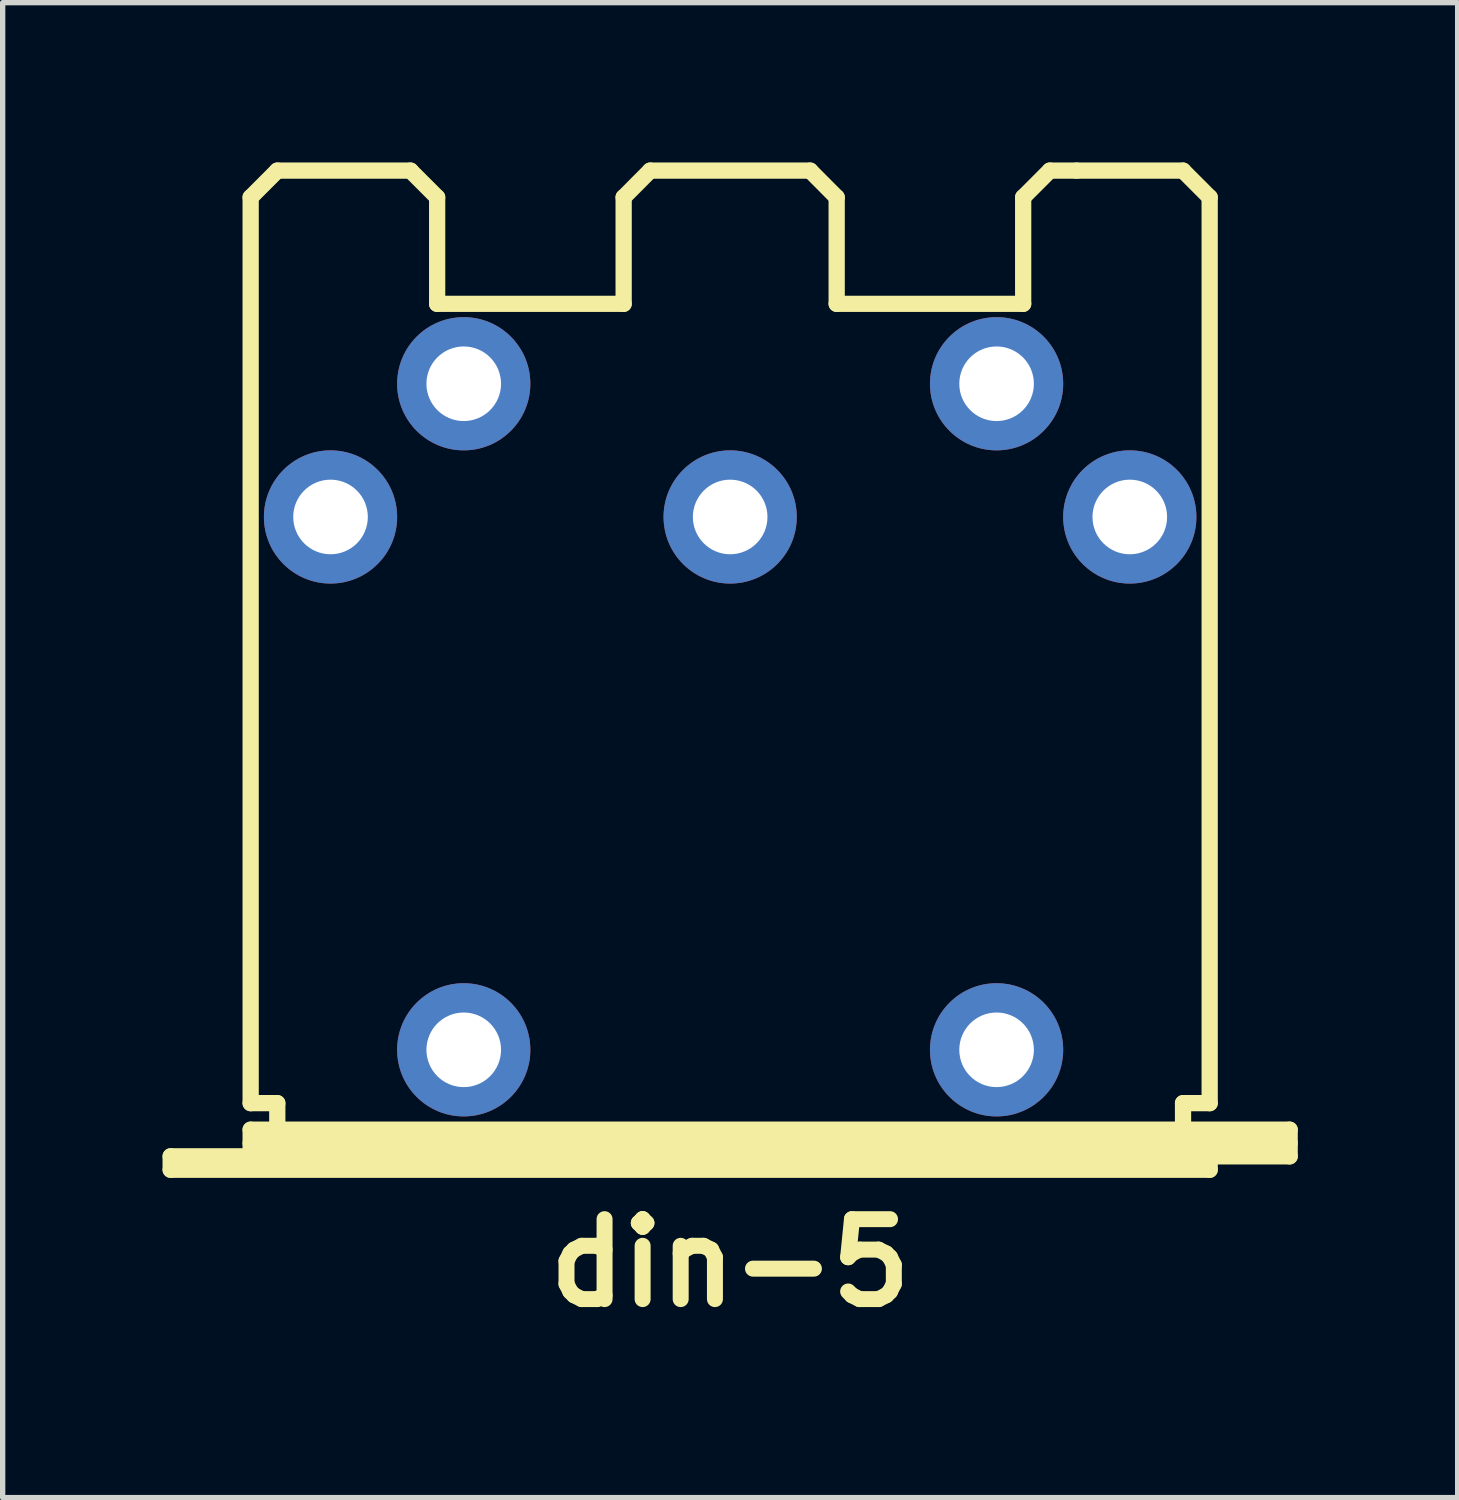
<source format=kicad_pcb>
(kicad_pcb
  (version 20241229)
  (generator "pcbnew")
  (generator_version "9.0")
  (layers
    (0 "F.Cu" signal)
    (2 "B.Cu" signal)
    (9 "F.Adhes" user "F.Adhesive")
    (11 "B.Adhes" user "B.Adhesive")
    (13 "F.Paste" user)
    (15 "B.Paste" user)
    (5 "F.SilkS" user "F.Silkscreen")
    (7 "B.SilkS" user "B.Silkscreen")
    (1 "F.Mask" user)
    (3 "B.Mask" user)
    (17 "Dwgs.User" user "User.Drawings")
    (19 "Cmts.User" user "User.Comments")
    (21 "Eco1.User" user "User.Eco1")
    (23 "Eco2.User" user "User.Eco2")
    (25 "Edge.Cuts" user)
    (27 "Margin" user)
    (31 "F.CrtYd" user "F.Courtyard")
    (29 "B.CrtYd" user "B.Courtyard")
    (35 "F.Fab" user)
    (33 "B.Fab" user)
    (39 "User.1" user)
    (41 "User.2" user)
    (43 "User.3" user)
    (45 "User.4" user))
  (footprint "din-5"
    (layer "F.Cu")
    (at 10.653 9.652)
    (property "Reference" "din-5" (at 0 11 0) (layer "F.SilkS") (effects (font (size 1.5 1.5) (thickness 0.3))))
    (attr through_hole)
    (fp_line (start -10.5 8.999) (end -8.999 8.999) (stroke (width 0.305) (type solid)) (layer "F.SilkS"))
    (fp_line (start -10.5 9.251) (end -10.5 8.999) (stroke (width 0.305) (type solid)) (layer "F.SilkS"))
    (fp_line (start -10.5 9.251) (end 8.999 9.251) (stroke (width 0.305) (type solid)) (layer "F.SilkS"))
    (fp_line (start -8.999 -8.999) (end -8.999 8.001) (stroke (width 0.305) (type solid)) (layer "F.SilkS"))
    (fp_line (start -8.999 -8.999) (end -8.499 -9.5) (stroke (width 0.305) (type solid)) (layer "F.SilkS"))
    (fp_line (start -8.999 8.001) (end -8.499 8.001) (stroke (width 0.305) (type solid)) (layer "F.SilkS"))
    (fp_line (start -8.999 8.499) (end 10.5 8.499) (stroke (width 0.305) (type solid)) (layer "F.SilkS"))
    (fp_line (start -8.999 8.75) (end 10.5 8.75) (stroke (width 0.305) (type solid)) (layer "F.SilkS"))
    (fp_line (start -8.999 8.999) (end -8.999 8.499) (stroke (width 0.305) (type solid)) (layer "F.SilkS"))
    (fp_line (start -8.499 -9.5) (end -5.999 -9.5) (stroke (width 0.305) (type solid)) (layer "F.SilkS"))
    (fp_line (start -8.499 8.001) (end -8.499 8.499) (stroke (width 0.305) (type solid)) (layer "F.SilkS"))
    (fp_line (start -5.999 -9.5) (end -5.499 -8.999) (stroke (width 0.305) (type solid)) (layer "F.SilkS"))
    (fp_line (start -5.499 -8.999) (end -5.499 -7) (stroke (width 0.305) (type solid)) (layer "F.SilkS"))
    (fp_line (start -5.499 -7) (end -1.999 -7) (stroke (width 0.305) (type solid)) (layer "F.SilkS"))
    (fp_line (start -1.999 -8.999) (end -1.999 -7) (stroke (width 0.305) (type solid)) (layer "F.SilkS"))
    (fp_line (start -1.501 -9.5) (end -1.999 -8.999) (stroke (width 0.305) (type solid)) (layer "F.SilkS"))
    (fp_line (start -1.501 -9.5) (end 1.501 -9.5) (stroke (width 0.305) (type solid)) (layer "F.SilkS"))
    (fp_line (start 1.501 -9.5) (end 1.999 -8.999) (stroke (width 0.305) (type solid)) (layer "F.SilkS"))
    (fp_line (start 1.999 -8.999) (end 1.999 -7) (stroke (width 0.305) (type solid)) (layer "F.SilkS"))
    (fp_line (start 5.499 -8.999) (end 5.499 -7) (stroke (width 0.305) (type solid)) (layer "F.SilkS"))
    (fp_line (start 5.499 -7) (end 1.999 -7) (stroke (width 0.305) (type solid)) (layer "F.SilkS"))
    (fp_line (start 5.999 -9.5) (end 5.499 -8.999) (stroke (width 0.305) (type solid)) (layer "F.SilkS"))
    (fp_line (start 6.5 -9.5) (end 5.999 -9.5) (stroke (width 0.305) (type solid)) (layer "F.SilkS"))
    (fp_line (start 8.499 -9.5) (end 6.5 -9.5) (stroke (width 0.305) (type solid)) (layer "F.SilkS"))
    (fp_line (start 8.499 8.499) (end 8.499 8.001) (stroke (width 0.305) (type solid)) (layer "F.SilkS"))
    (fp_line (start 8.999 -8.999) (end 8.499 -9.5) (stroke (width 0.305) (type solid)) (layer "F.SilkS"))
    (fp_line (start 8.999 -8.999) (end 8.999 8.001) (stroke (width 0.305) (type solid)) (layer "F.SilkS"))
    (fp_line (start 8.999 8.001) (end 8.499 8.001) (stroke (width 0.305) (type solid)) (layer "F.SilkS"))
    (fp_line (start 8.999 8.999) (end -8.999 8.999) (stroke (width 0.305) (type solid)) (layer "F.SilkS"))
    (fp_line (start 8.999 8.999) (end 8.999 9.251) (stroke (width 0.305) (type solid)) (layer "F.SilkS"))
    (fp_line (start 10.5 8.499) (end 10.5 8.999) (stroke (width 0.305) (type solid)) (layer "F.SilkS"))
    (fp_line (start 10.5 8.999) (end 8.999 8.999) (stroke (width 0.305) (type solid)) (layer "F.SilkS"))
    (pad "1" thru_hole circle (at 7.5 -3) (size 2.5 2.5) (drill 1.4) (layers "*.Cu" "*.Mask"))
    (pad "2" thru_hole circle (at 0 -3) (size 2.5 2.5) (drill 1.4) (layers "*.Cu" "*.Mask"))
    (pad "3" thru_hole circle (at -7.5 -3) (size 2.5 2.5) (drill 1.4) (layers "*.Cu" "*.Mask"))
    (pad "4" thru_hole circle (at 5 -5.5) (size 2.5 2.5) (drill 1.4) (layers "*.Cu" "*.Mask"))
    (pad "5" thru_hole circle (at -5 -5.5) (size 2.5 2.5) (drill 1.4) (layers "*.Cu" "*.Mask"))
    (pad "6" thru_hole circle (at -5 7) (size 2.5 2.5) (drill 1.4) (layers "*.Cu" "*.Mask"))
    (pad "6" thru_hole circle (at 5 7) (size 2.5 2.5) (drill 1.4) (layers "*.Cu" "*.Mask")))
  (gr_rect
    (start -3 -3)
    (end 24.306 25.056)
    (stroke (width 0.1) (type default))
    (fill no)
    (layer "Edge.Cuts")))
</source>
